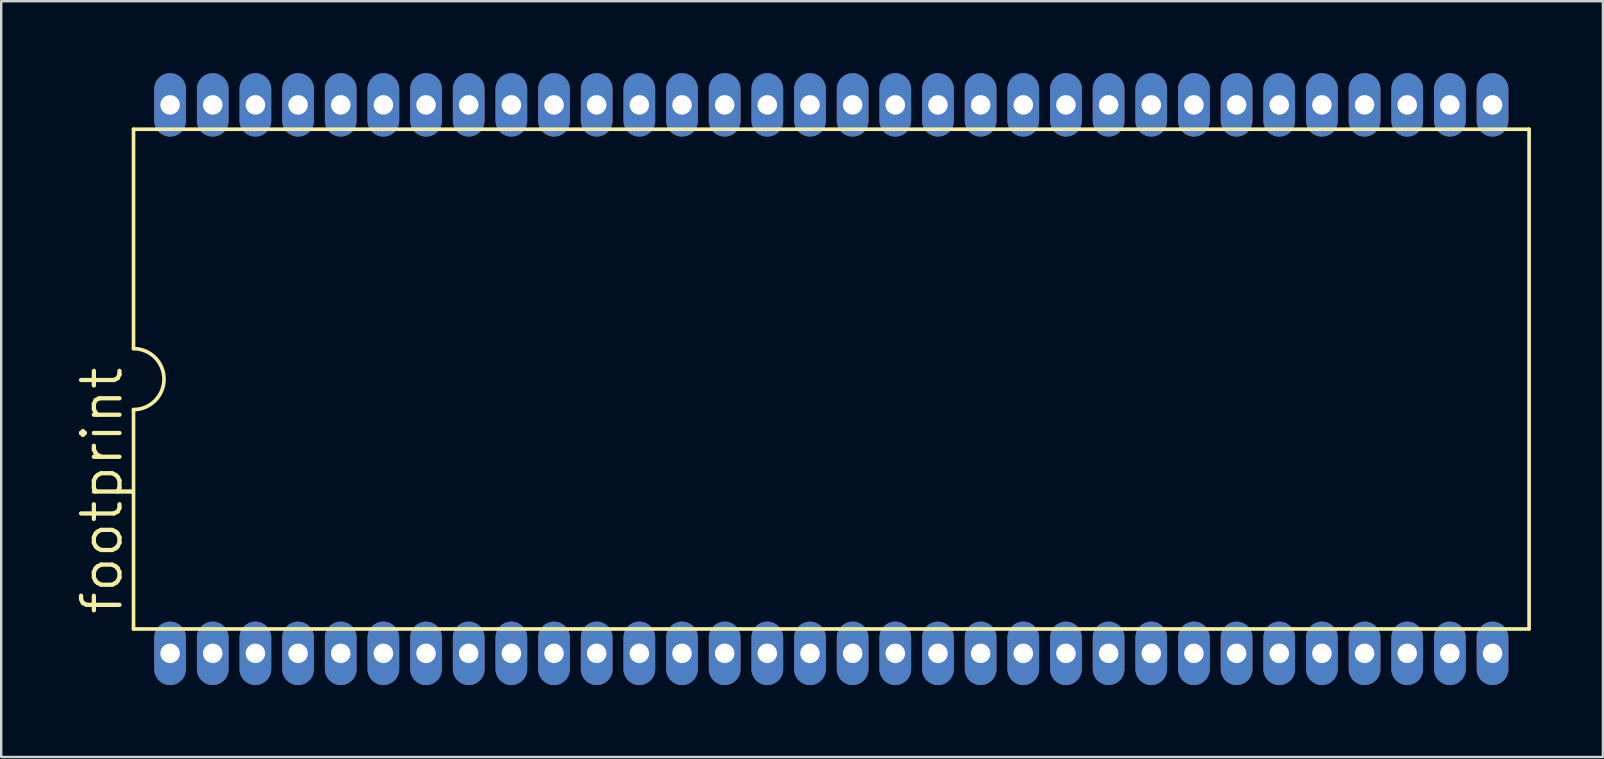
<source format=kicad_pcb>
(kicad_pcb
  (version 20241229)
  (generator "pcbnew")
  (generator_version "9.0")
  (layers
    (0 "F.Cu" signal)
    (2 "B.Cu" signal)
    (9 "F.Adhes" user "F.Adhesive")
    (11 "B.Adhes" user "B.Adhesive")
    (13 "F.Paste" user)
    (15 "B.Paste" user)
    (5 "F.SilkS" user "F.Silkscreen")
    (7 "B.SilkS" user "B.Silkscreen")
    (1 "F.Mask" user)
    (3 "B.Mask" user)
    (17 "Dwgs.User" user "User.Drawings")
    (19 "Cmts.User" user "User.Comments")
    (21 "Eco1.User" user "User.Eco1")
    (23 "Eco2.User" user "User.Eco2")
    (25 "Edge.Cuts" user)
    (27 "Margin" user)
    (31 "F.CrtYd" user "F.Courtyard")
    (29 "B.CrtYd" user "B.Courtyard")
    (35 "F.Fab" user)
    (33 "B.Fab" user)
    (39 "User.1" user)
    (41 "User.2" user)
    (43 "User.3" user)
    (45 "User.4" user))
  (footprint "footprint"
    (layer "F.Cu")
    (at 31.598 12.751)
    (property "Reference" "footprint" (at -29.464 9.906 90) (layer "F.SilkS") (effects (font (size 1.6 1.6) (thickness 0.178)) (justify left bottom)))
    (fp_line (start -29.083 -10.414) (end -29.083 -1.27) (stroke (width 0.152) (type solid)) (layer "F.SilkS"))
    (fp_line (start -29.083 -10.414) (end 29.083 -10.414) (stroke (width 0.152) (type solid)) (layer "F.SilkS"))
    (fp_line (start -29.083 1.27) (end -29.083 10.414) (stroke (width 0.152) (type solid)) (layer "F.SilkS"))
    (fp_line (start -29.083 10.414) (end 29.083 10.414) (stroke (width 0.152) (type solid)) (layer "F.SilkS"))
    (fp_line (start 29.083 10.414) (end 29.083 -10.414) (stroke (width 0.152) (type solid)) (layer "F.SilkS"))
    (fp_arc (start -29.083 -1.27) (mid -27.813 0) (end -29.083 1.27) (stroke (width 0.1524) (type solid)) (layer "F.SilkS"))
    (pad "1" thru_hole oval (at -27.559 11.43 90) (size 2.642 1.321) (drill 0.813) (layers "*.Cu" "*.Mask"))
    (pad "2" thru_hole oval (at -25.781 11.43 90) (size 2.642 1.321) (drill 0.813) (layers "*.Cu" "*.Mask"))
    (pad "3" thru_hole oval (at -24.003 11.43 90) (size 2.642 1.321) (drill 0.813) (layers "*.Cu" "*.Mask"))
    (pad "4" thru_hole oval (at -22.225 11.43 90) (size 2.642 1.321) (drill 0.813) (layers "*.Cu" "*.Mask"))
    (pad "5" thru_hole oval (at -20.447 11.43 90) (size 2.642 1.321) (drill 0.813) (layers "*.Cu" "*.Mask"))
    (pad "6" thru_hole oval (at -18.669 11.43 90) (size 2.642 1.321) (drill 0.813) (layers "*.Cu" "*.Mask"))
    (pad "7" thru_hole oval (at -16.891 11.43 90) (size 2.642 1.321) (drill 0.813) (layers "*.Cu" "*.Mask"))
    (pad "8" thru_hole oval (at -15.113 11.43 90) (size 2.642 1.321) (drill 0.813) (layers "*.Cu" "*.Mask"))
    (pad "9" thru_hole oval (at -13.335 11.43 90) (size 2.642 1.321) (drill 0.813) (layers "*.Cu" "*.Mask"))
    (pad "10" thru_hole oval (at -11.557 11.43 90) (size 2.642 1.321) (drill 0.813) (layers "*.Cu" "*.Mask"))
    (pad "11" thru_hole oval (at -9.779 11.43 90) (size 2.642 1.321) (drill 0.813) (layers "*.Cu" "*.Mask"))
    (pad "12" thru_hole oval (at -8.001 11.43 90) (size 2.642 1.321) (drill 0.813) (layers "*.Cu" "*.Mask"))
    (pad "13" thru_hole oval (at -6.223 11.43 90) (size 2.642 1.321) (drill 0.813) (layers "*.Cu" "*.Mask"))
    (pad "14" thru_hole oval (at -4.445 11.43 90) (size 2.642 1.321) (drill 0.813) (layers "*.Cu" "*.Mask"))
    (pad "15" thru_hole oval (at -2.667 11.43 90) (size 2.642 1.321) (drill 0.813) (layers "*.Cu" "*.Mask"))
    (pad "16" thru_hole oval (at -0.889 11.43 90) (size 2.642 1.321) (drill 0.813) (layers "*.Cu" "*.Mask"))
    (pad "17" thru_hole oval (at 0.889 11.43 90) (size 2.642 1.321) (drill 0.813) (layers "*.Cu" "*.Mask"))
    (pad "18" thru_hole oval (at 2.667 11.43 90) (size 2.642 1.321) (drill 0.813) (layers "*.Cu" "*.Mask"))
    (pad "19" thru_hole oval (at 4.445 11.43 90) (size 2.642 1.321) (drill 0.813) (layers "*.Cu" "*.Mask"))
    (pad "20" thru_hole oval (at 6.223 11.43 90) (size 2.642 1.321) (drill 0.813) (layers "*.Cu" "*.Mask"))
    (pad "21" thru_hole oval (at 8.001 11.43 90) (size 2.642 1.321) (drill 0.813) (layers "*.Cu" "*.Mask"))
    (pad "22" thru_hole oval (at 9.779 11.43 90) (size 2.642 1.321) (drill 0.813) (layers "*.Cu" "*.Mask"))
    (pad "23" thru_hole oval (at 11.557 11.43 90) (size 2.642 1.321) (drill 0.813) (layers "*.Cu" "*.Mask"))
    (pad "24" thru_hole oval (at 13.335 11.43 90) (size 2.642 1.321) (drill 0.813) (layers "*.Cu" "*.Mask"))
    (pad "25" thru_hole oval (at 15.113 11.43 90) (size 2.642 1.321) (drill 0.813) (layers "*.Cu" "*.Mask"))
    (pad "26" thru_hole oval (at 16.891 11.43 90) (size 2.642 1.321) (drill 0.813) (layers "*.Cu" "*.Mask"))
    (pad "27" thru_hole oval (at 18.669 11.43 90) (size 2.642 1.321) (drill 0.813) (layers "*.Cu" "*.Mask"))
    (pad "28" thru_hole oval (at 20.447 11.43 90) (size 2.642 1.321) (drill 0.813) (layers "*.Cu" "*.Mask"))
    (pad "29" thru_hole oval (at 22.225 11.43 90) (size 2.642 1.321) (drill 0.813) (layers "*.Cu" "*.Mask"))
    (pad "30" thru_hole oval (at 24.003 11.43 90) (size 2.642 1.321) (drill 0.813) (layers "*.Cu" "*.Mask"))
    (pad "31" thru_hole oval (at 25.781 11.43 90) (size 2.642 1.321) (drill 0.813) (layers "*.Cu" "*.Mask"))
    (pad "32" thru_hole oval (at 27.559 11.43 90) (size 2.642 1.321) (drill 0.813) (layers "*.Cu" "*.Mask"))
    (pad "33" thru_hole oval (at 27.559 -11.43 90) (size 2.642 1.321) (drill 0.813) (layers "*.Cu" "*.Mask"))
    (pad "34" thru_hole oval (at 25.781 -11.43 90) (size 2.642 1.321) (drill 0.813) (layers "*.Cu" "*.Mask"))
    (pad "35" thru_hole oval (at 24.003 -11.43 90) (size 2.642 1.321) (drill 0.813) (layers "*.Cu" "*.Mask"))
    (pad "36" thru_hole oval (at 22.225 -11.43 90) (size 2.642 1.321) (drill 0.813) (layers "*.Cu" "*.Mask"))
    (pad "37" thru_hole oval (at 20.447 -11.43 90) (size 2.642 1.321) (drill 0.813) (layers "*.Cu" "*.Mask"))
    (pad "38" thru_hole oval (at 18.669 -11.43 90) (size 2.642 1.321) (drill 0.813) (layers "*.Cu" "*.Mask"))
    (pad "39" thru_hole oval (at 16.891 -11.43 90) (size 2.642 1.321) (drill 0.813) (layers "*.Cu" "*.Mask"))
    (pad "40" thru_hole oval (at 15.113 -11.43 90) (size 2.642 1.321) (drill 0.813) (layers "*.Cu" "*.Mask"))
    (pad "41" thru_hole oval (at 13.335 -11.43 90) (size 2.642 1.321) (drill 0.813) (layers "*.Cu" "*.Mask"))
    (pad "42" thru_hole oval (at 11.557 -11.43 90) (size 2.642 1.321) (drill 0.813) (layers "*.Cu" "*.Mask"))
    (pad "43" thru_hole oval (at 9.779 -11.43 90) (size 2.642 1.321) (drill 0.813) (layers "*.Cu" "*.Mask"))
    (pad "44" thru_hole oval (at 8.001 -11.43 90) (size 2.642 1.321) (drill 0.813) (layers "*.Cu" "*.Mask"))
    (pad "45" thru_hole oval (at 6.223 -11.43 90) (size 2.642 1.321) (drill 0.813) (layers "*.Cu" "*.Mask"))
    (pad "46" thru_hole oval (at 4.445 -11.43 90) (size 2.642 1.321) (drill 0.813) (layers "*.Cu" "*.Mask"))
    (pad "47" thru_hole oval (at 2.667 -11.43 90) (size 2.642 1.321) (drill 0.813) (layers "*.Cu" "*.Mask"))
    (pad "48" thru_hole oval (at 0.889 -11.43 90) (size 2.642 1.321) (drill 0.813) (layers "*.Cu" "*.Mask"))
    (pad "49" thru_hole oval (at -0.889 -11.43 90) (size 2.642 1.321) (drill 0.813) (layers "*.Cu" "*.Mask"))
    (pad "50" thru_hole oval (at -2.667 -11.43 90) (size 2.642 1.321) (drill 0.813) (layers "*.Cu" "*.Mask"))
    (pad "51" thru_hole oval (at -4.445 -11.43 90) (size 2.642 1.321) (drill 0.813) (layers "*.Cu" "*.Mask"))
    (pad "52" thru_hole oval (at -6.223 -11.43 90) (size 2.642 1.321) (drill 0.813) (layers "*.Cu" "*.Mask"))
    (pad "53" thru_hole oval (at -8.001 -11.43 90) (size 2.642 1.321) (drill 0.813) (layers "*.Cu" "*.Mask"))
    (pad "54" thru_hole oval (at -9.779 -11.43 90) (size 2.642 1.321) (drill 0.813) (layers "*.Cu" "*.Mask"))
    (pad "55" thru_hole oval (at -11.557 -11.43 90) (size 2.642 1.321) (drill 0.813) (layers "*.Cu" "*.Mask"))
    (pad "56" thru_hole oval (at -13.335 -11.43 90) (size 2.642 1.321) (drill 0.813) (layers "*.Cu" "*.Mask"))
    (pad "57" thru_hole oval (at -15.113 -11.43 90) (size 2.642 1.321) (drill 0.813) (layers "*.Cu" "*.Mask"))
    (pad "58" thru_hole oval (at -16.891 -11.43 90) (size 2.642 1.321) (drill 0.813) (layers "*.Cu" "*.Mask"))
    (pad "59" thru_hole oval (at -18.669 -11.43 90) (size 2.642 1.321) (drill 0.813) (layers "*.Cu" "*.Mask"))
    (pad "60" thru_hole oval (at -20.447 -11.43 90) (size 2.642 1.321) (drill 0.813) (layers "*.Cu" "*.Mask"))
    (pad "61" thru_hole oval (at -22.225 -11.43 90) (size 2.642 1.321) (drill 0.813) (layers "*.Cu" "*.Mask"))
    (pad "62" thru_hole oval (at -24.003 -11.43 90) (size 2.642 1.321) (drill 0.813) (layers "*.Cu" "*.Mask"))
    (pad "63" thru_hole oval (at -25.781 -11.43 90) (size 2.642 1.321) (drill 0.813) (layers "*.Cu" "*.Mask"))
    (pad "64" thru_hole oval (at -27.559 -11.43 90) (size 2.642 1.321) (drill 0.813) (layers "*.Cu" "*.Mask")))
  (gr_rect
    (start -3 -3)
    (end 63.757 28.502)
    (stroke (width 0.1) (type default))
    (fill no)
    (layer "Edge.Cuts")))
</source>
